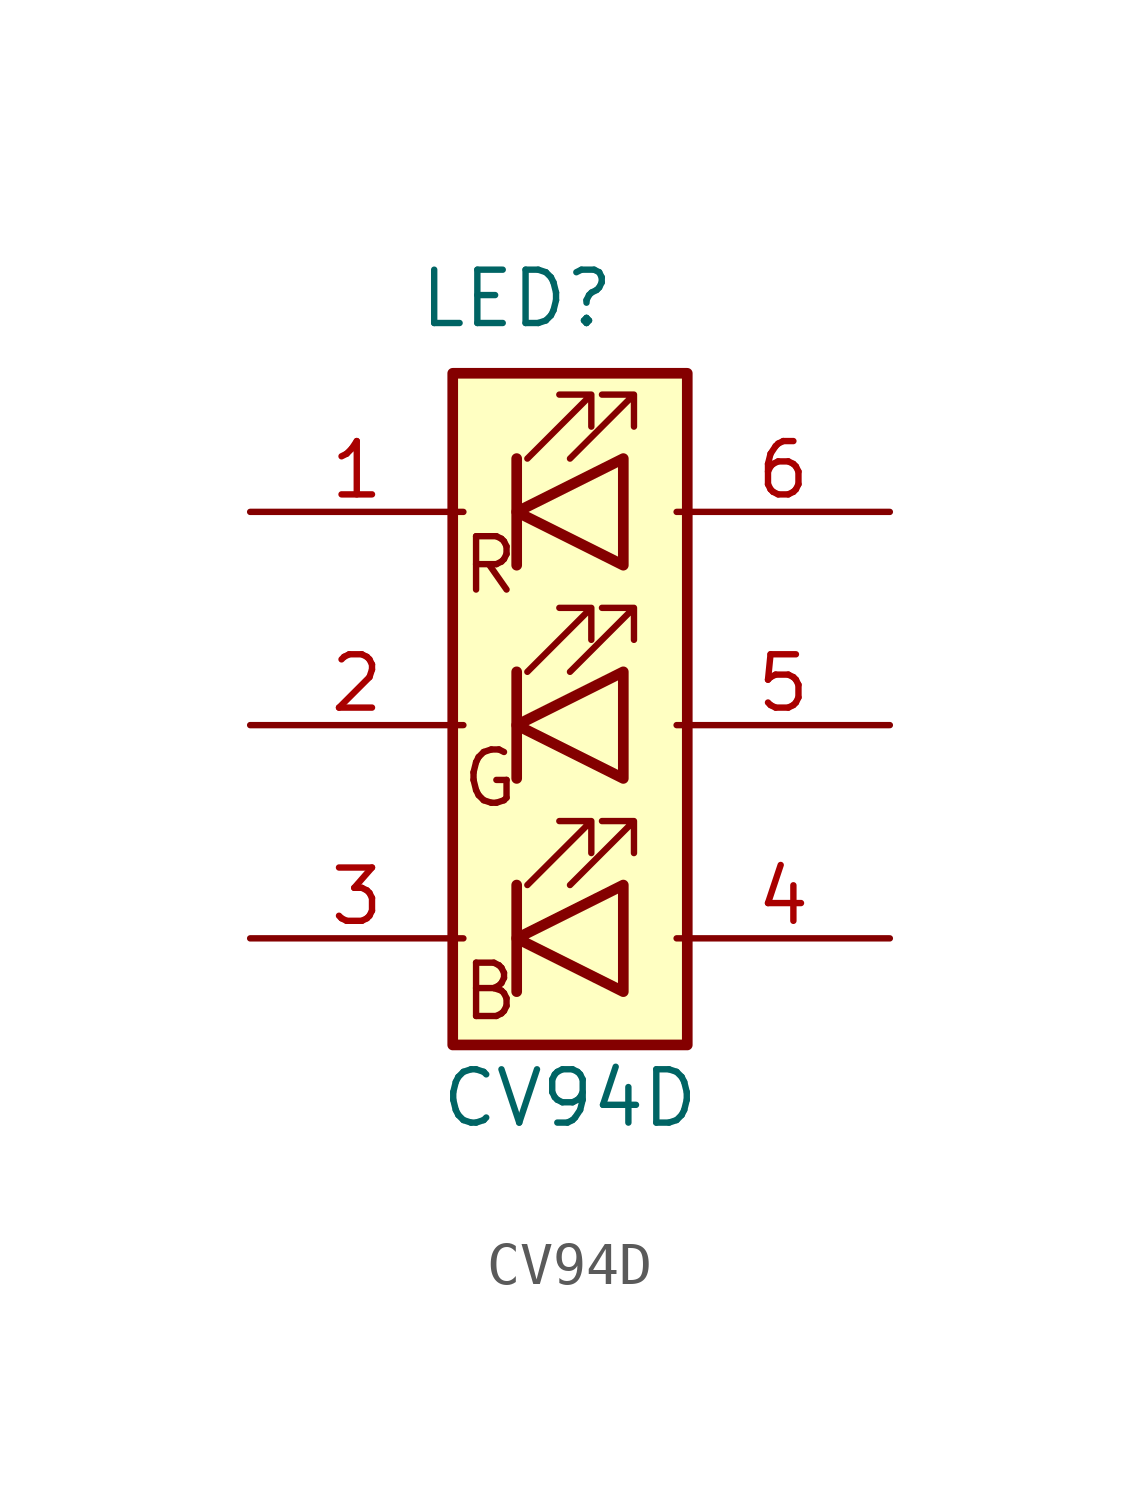
<source format=kicad_sym>
(kicad_symbol_lib
  (version 20211014)
  (generator kicad_symbol_editor)
  (symbol "CV94D"
    (pin_names hide)
    (property "Reference" "LED"
      (at -1.27 10.16 0)
      (effects (font (size 1.27 1.27))))
    (property "Value" "CV94D"
      (at 0 -8.89 0)
      (effects (font (size 1.27 1.27))))
    (symbol "CV94D_0_0"
      (text "B" (at -1.905 -6.35 0) (effects (font (size 1.27 1.27))))
      (text "G" (at -1.905 -1.27 0) (effects (font (size 1.27 1.27))))
      (text "R" (at -1.905 3.81 0) (effects (font (size 1.27 1.27)))))
    (symbol "CV94D_0_1"
      (polyline (pts (xy -1.27 -3.81) (xy -1.27 -6.35)) (stroke (width 0.254) (type default) (color 0 0 0 0)) (fill (type none)))
      (polyline (pts (xy -1.27 1.27) (xy -1.27 -1.27)) (stroke (width 0.254) (type default) (color 0 0 0 0)) (fill (type none)))
      (polyline (pts (xy -1.27 6.35) (xy -1.27 3.81)) (stroke (width 0.254) (type default) (color 0 0 0 0)) (fill (type none)))
      (polyline (pts (xy 1.27 -3.81) (xy 1.27 -6.35) (xy -1.27 -5.08) (xy 1.27 -3.81)) (stroke (width 0.254) (type default) (color 0 0 0 0)) (fill (type none)))
      (polyline (pts (xy 1.27 1.27) (xy 1.27 -1.27) (xy -1.27 0) (xy 1.27 1.27)) (stroke (width 0.254) (type default) (color 0 0 0 0)) (fill (type none)))
      (polyline (pts (xy 1.27 6.35) (xy 1.27 3.81) (xy -1.27 5.08) (xy 1.27 6.35)) (stroke (width 0.254) (type default) (color 0 0 0 0)) (fill (type none)))
      (polyline (pts (xy -1.016 -3.81) (xy 0.508 -2.286) (xy -0.254 -2.286) (xy 0.508 -2.286) (xy 0.508 -3.048)) (stroke (width 0) (type default) (color 0 0 0 0)) (fill (type none)))
      (polyline (pts (xy -1.016 1.27) (xy 0.508 2.794) (xy -0.254 2.794) (xy 0.508 2.794) (xy 0.508 2.032)) (stroke (width 0) (type default) (color 0 0 0 0)) (fill (type none)))
      (polyline (pts (xy -1.016 6.35) (xy 0.508 7.874) (xy -0.254 7.874) (xy 0.508 7.874) (xy 0.508 7.112)) (stroke (width 0) (type default) (color 0 0 0 0)) (fill (type none)))
      (polyline (pts (xy 0 -3.81) (xy 1.524 -2.286) (xy 0.762 -2.286) (xy 1.524 -2.286) (xy 1.524 -3.048)) (stroke (width 0) (type default) (color 0 0 0 0)) (fill (type none)))
      (polyline (pts (xy 0 1.27) (xy 1.524 2.794) (xy 0.762 2.794) (xy 1.524 2.794) (xy 1.524 2.032)) (stroke (width 0) (type default) (color 0 0 0 0)) (fill (type none)))
      (polyline (pts (xy 0 6.35) (xy 1.524 7.874) (xy 0.762 7.874) (xy 1.524 7.874) (xy 1.524 7.112)) (stroke (width 0) (type default) (color 0 0 0 0)) (fill (type none)))
      (rectangle (start 1.27 6.35) (end 1.27 6.35) (stroke (width 0) (type default) (color 0 0 0 0)) (fill (type none)))
      (rectangle (start 2.794 8.382) (end -2.794 -7.62) (stroke (width 0.254) (type default) (color 0 0 0 0)) (fill (type background))))
    (symbol "CV94D_1_1"
      (pin passive line (at -7.62 5.08 0) (length 5.08) (name "RK" (effects (font (size 1.27 1.27)))) (number "1" (effects (font (size 1.27 1.27)))))
      (pin passive line (at -7.62 0 0) (length 5.08) (name "GK" (effects (font (size 1.27 1.27)))) (number "2" (effects (font (size 1.27 1.27)))))
      (pin passive line (at -7.62 -5.08 0) (length 5.08) (name "BK" (effects (font (size 1.27 1.27)))) (number "3" (effects (font (size 1.27 1.27)))))
      (pin passive line (at 7.62 -5.08 180) (length 5.08) (name "BA" (effects (font (size 1.27 1.27)))) (number "4" (effects (font (size 1.27 1.27)))))
      (pin passive line (at 7.62 0 180) (length 5.08) (name "GA" (effects (font (size 1.27 1.27)))) (number "5" (effects (font (size 1.27 1.27)))))
      (pin passive line (at 7.62 5.08 180) (length 5.08) (name "RA" (effects (font (size 1.27 1.27)))) (number "6" (effects (font (size 1.27 1.27))))))))
</source>
